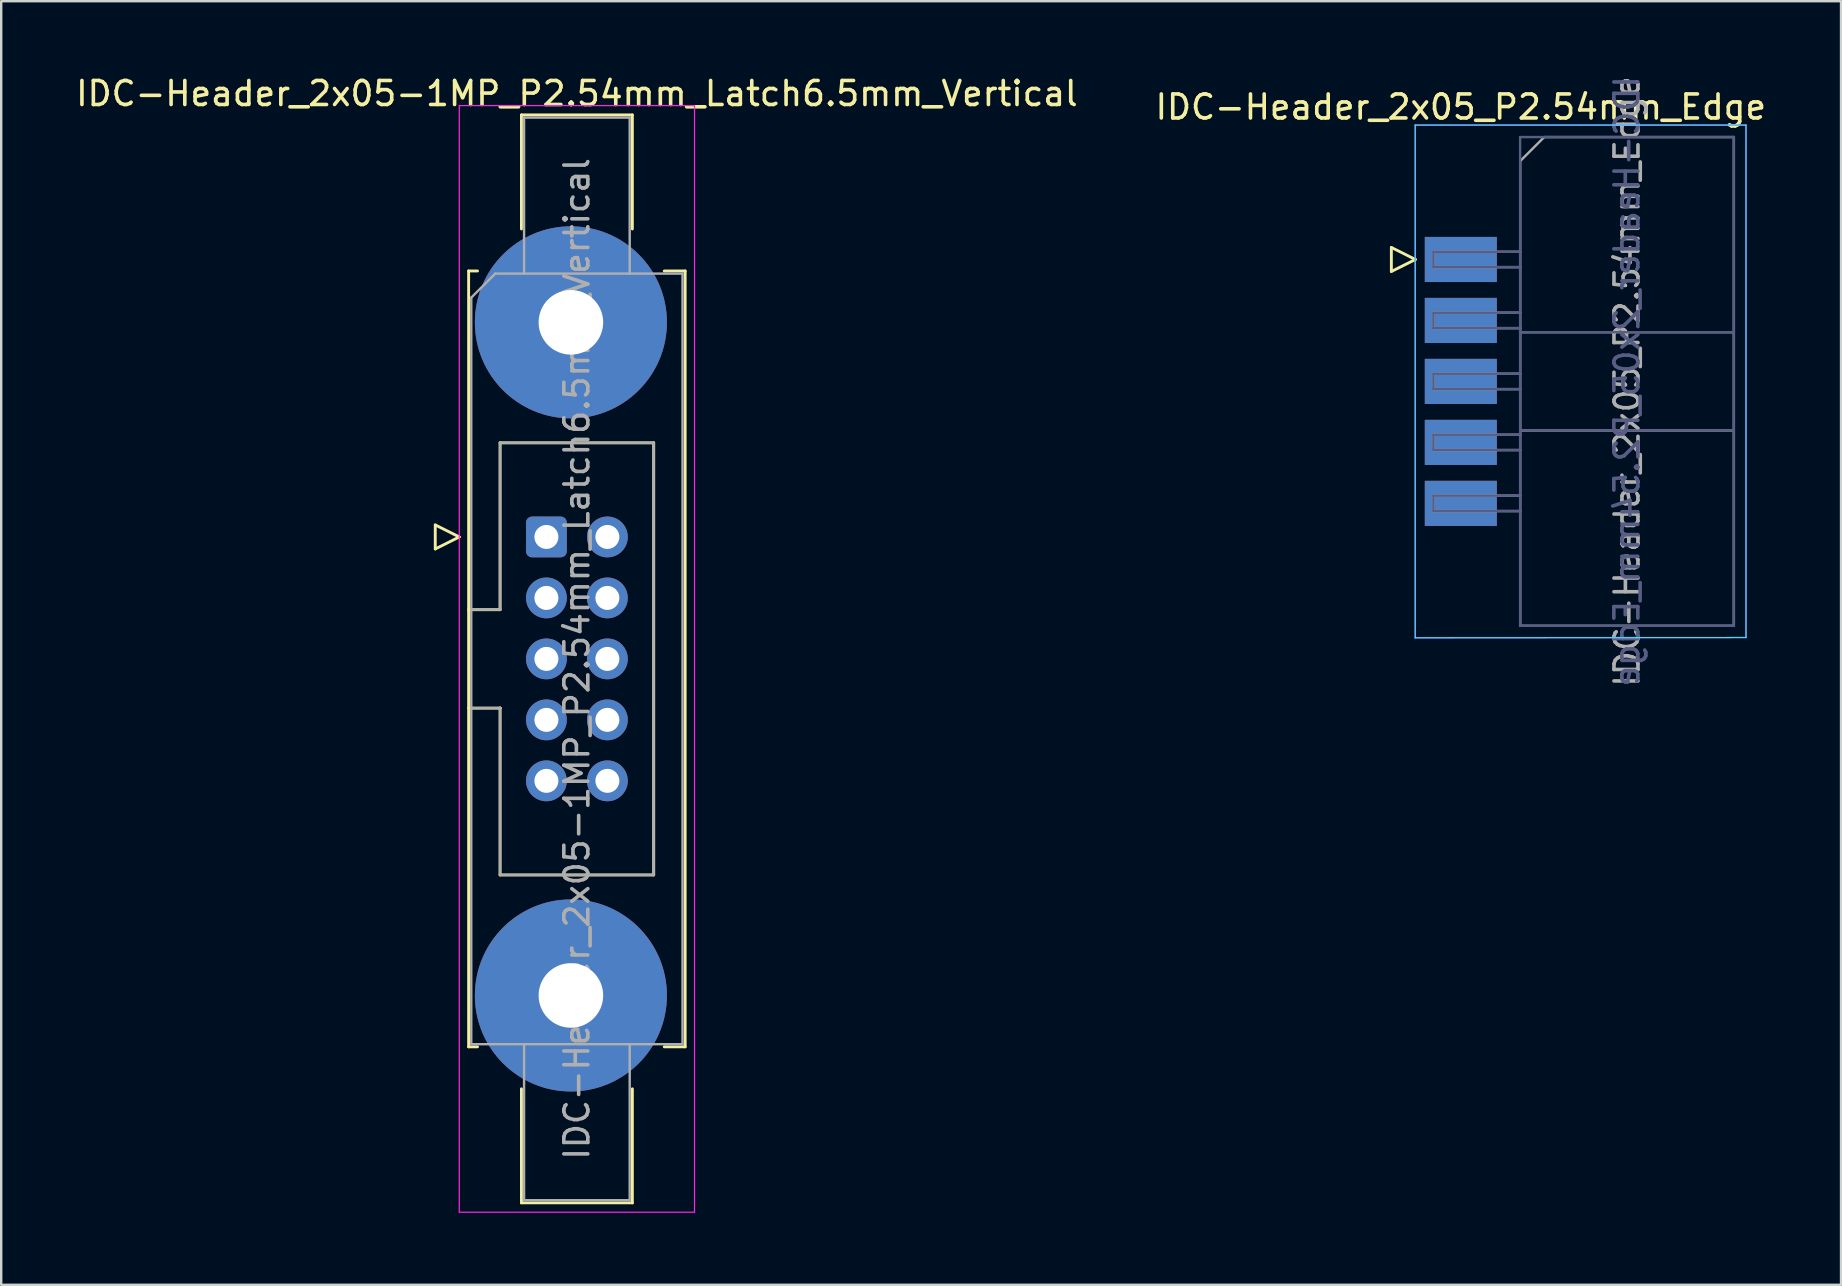
<source format=kicad_pcb>
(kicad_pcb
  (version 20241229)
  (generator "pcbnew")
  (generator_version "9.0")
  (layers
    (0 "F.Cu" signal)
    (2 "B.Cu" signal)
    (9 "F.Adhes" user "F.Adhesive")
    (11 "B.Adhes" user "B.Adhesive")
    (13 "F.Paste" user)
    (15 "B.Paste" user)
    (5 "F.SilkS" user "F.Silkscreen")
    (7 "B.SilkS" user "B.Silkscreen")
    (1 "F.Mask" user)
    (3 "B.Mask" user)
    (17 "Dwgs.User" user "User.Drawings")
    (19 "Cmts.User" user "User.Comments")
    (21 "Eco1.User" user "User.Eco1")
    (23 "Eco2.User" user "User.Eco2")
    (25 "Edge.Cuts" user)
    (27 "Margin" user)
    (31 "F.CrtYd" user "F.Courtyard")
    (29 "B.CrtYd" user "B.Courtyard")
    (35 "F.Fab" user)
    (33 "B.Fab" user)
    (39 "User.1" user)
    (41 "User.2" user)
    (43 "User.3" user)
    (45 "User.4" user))
  (footprint "IDC-Header_2x05-1MP_P2.54mm_Latch6.5mm_Vertical"
    (layer "F.Cu")
    (at 19.712 19.318)
    (property "Reference" "IDC-Header_2x05-1MP_P2.54mm_Latch6.5mm_Vertical" (at 1.27 -18.47 0) (layer "F.SilkS") (effects (font (size 1 1) (thickness 0.15))))
    (attr through_hole)
    (fp_line (start -4.63 -0.5) (end -4.63 0.5) (stroke (width 0.12) (type solid)) (layer "F.SilkS"))
    (fp_line (start -4.63 0.5) (end -3.63 0) (stroke (width 0.12) (type solid)) (layer "F.SilkS"))
    (fp_line (start -3.63 0) (end -4.63 -0.5) (stroke (width 0.12) (type solid)) (layer "F.SilkS"))
    (fp_line (start -3.24 -11.08) (end -3.24 21.24) (stroke (width 0.12) (type solid)) (layer "F.SilkS"))
    (fp_line (start -3.24 3.03) (end -1.93 3.03) (stroke (width 0.12) (type solid)) (layer "F.SilkS"))
    (fp_line (start -3.24 21.24) (end -2.87 21.24) (stroke (width 0.12) (type solid)) (layer "F.SilkS"))
    (fp_line (start -2.87 -11.08) (end -3.24 -11.08) (stroke (width 0.12) (type solid)) (layer "F.SilkS"))
    (fp_line (start -1.93 -3.92) (end 4.47 -3.92) (stroke (width 0.12) (type solid)) (layer "F.SilkS"))
    (fp_line (start -1.93 3.03) (end -1.93 -3.92) (stroke (width 0.12) (type solid)) (layer "F.SilkS"))
    (fp_line (start -1.93 7.13) (end -3.24 7.13) (stroke (width 0.12) (type solid)) (layer "F.SilkS"))
    (fp_line (start -1.93 7.13) (end -1.93 7.13) (stroke (width 0.12) (type solid)) (layer "F.SilkS"))
    (fp_line (start -1.93 14.08) (end -1.93 7.13) (stroke (width 0.12) (type solid)) (layer "F.SilkS"))
    (fp_line (start -1.04 -17.58) (end 3.58 -17.58) (stroke (width 0.12) (type solid)) (layer "F.SilkS"))
    (fp_line (start -1.04 -12.83) (end -1.04 -17.58) (stroke (width 0.12) (type solid)) (layer "F.SilkS"))
    (fp_line (start -1.04 22.99) (end -1.04 27.74) (stroke (width 0.12) (type solid)) (layer "F.SilkS"))
    (fp_line (start -1.04 27.74) (end 3.58 27.74) (stroke (width 0.12) (type solid)) (layer "F.SilkS"))
    (fp_line (start 3.58 -17.58) (end 3.58 -12.83) (stroke (width 0.12) (type solid)) (layer "F.SilkS"))
    (fp_line (start 3.58 27.74) (end 3.58 22.99) (stroke (width 0.12) (type solid)) (layer "F.SilkS"))
    (fp_line (start 4.47 -3.92) (end 4.47 14.08) (stroke (width 0.12) (type solid)) (layer "F.SilkS"))
    (fp_line (start 4.47 14.08) (end -1.93 14.08) (stroke (width 0.12) (type solid)) (layer "F.SilkS"))
    (fp_line (start 4.91 -11.08) (end 5.78 -11.08) (stroke (width 0.12) (type solid)) (layer "F.SilkS"))
    (fp_line (start 5.78 -11.08) (end 5.78 21.24) (stroke (width 0.12) (type solid)) (layer "F.SilkS"))
    (fp_line (start 5.78 21.24) (end 4.91 21.24) (stroke (width 0.12) (type solid)) (layer "F.SilkS"))
    (fp_line (start -3.63 -17.97) (end -3.63 28.13) (stroke (width 0.05) (type solid)) (layer "F.CrtYd"))
    (fp_line (start -3.63 28.13) (end 6.17 28.13) (stroke (width 0.05) (type solid)) (layer "F.CrtYd"))
    (fp_line (start 6.17 -17.97) (end -3.63 -17.97) (stroke (width 0.05) (type solid)) (layer "F.CrtYd"))
    (fp_line (start 6.17 28.13) (end 6.17 -17.97) (stroke (width 0.05) (type solid)) (layer "F.CrtYd"))
    (fp_line (start -3.13 -9.97) (end -2.13 -10.97) (stroke (width 0.1) (type solid)) (layer "F.Fab"))
    (fp_line (start -3.13 3.03) (end -1.93 3.03) (stroke (width 0.1) (type solid)) (layer "F.Fab"))
    (fp_line (start -3.13 21.13) (end -3.13 -9.97) (stroke (width 0.1) (type solid)) (layer "F.Fab"))
    (fp_line (start -2.13 -10.97) (end 5.67 -10.97) (stroke (width 0.1) (type solid)) (layer "F.Fab"))
    (fp_line (start -1.93 -3.92) (end 4.47 -3.92) (stroke (width 0.1) (type solid)) (layer "F.Fab"))
    (fp_line (start -1.93 3.03) (end -1.93 -3.92) (stroke (width 0.1) (type solid)) (layer "F.Fab"))
    (fp_line (start -1.93 7.13) (end -3.13 7.13) (stroke (width 0.1) (type solid)) (layer "F.Fab"))
    (fp_line (start -1.93 7.13) (end -1.93 7.13) (stroke (width 0.1) (type solid)) (layer "F.Fab"))
    (fp_line (start -1.93 14.08) (end -1.93 7.13) (stroke (width 0.1) (type solid)) (layer "F.Fab"))
    (fp_line (start -0.93 -17.47) (end 3.47 -17.47) (stroke (width 0.1) (type solid)) (layer "F.Fab"))
    (fp_line (start -0.93 -10.97) (end -0.93 -17.47) (stroke (width 0.1) (type solid)) (layer "F.Fab"))
    (fp_line (start -0.93 21.13) (end -0.93 27.63) (stroke (width 0.1) (type solid)) (layer "F.Fab"))
    (fp_line (start -0.93 27.63) (end 3.47 27.63) (stroke (width 0.1) (type solid)) (layer "F.Fab"))
    (fp_line (start 3.47 -17.47) (end 3.47 -10.97) (stroke (width 0.1) (type solid)) (layer "F.Fab"))
    (fp_line (start 3.47 27.63) (end 3.47 21.13) (stroke (width 0.1) (type solid)) (layer "F.Fab"))
    (fp_line (start 4.47 -3.92) (end 4.47 14.08) (stroke (width 0.1) (type solid)) (layer "F.Fab"))
    (fp_line (start 4.47 14.08) (end -1.93 14.08) (stroke (width 0.1) (type solid)) (layer "F.Fab"))
    (fp_line (start 5.67 -10.97) (end 5.67 21.13) (stroke (width 0.1) (type solid)) (layer "F.Fab"))
    (fp_line (start 5.67 21.13) (end -3.13 21.13) (stroke (width 0.1) (type solid)) (layer "F.Fab"))
    (fp_text user "${REFERENCE}" (at 1.27 5.08 90) (layer "F.Fab") (effects (font (size 1 1) (thickness 0.15))))
    (pad "1" thru_hole roundrect (at 0 0) (size 1.7 1.7) (drill 1) (layers "*.Cu" "*.Mask") (roundrect_rratio 0.147))
    (pad "2" thru_hole circle (at 2.54 0) (size 1.7 1.7) (drill 1) (layers "*.Cu" "*.Mask"))
    (pad "3" thru_hole circle (at 0 2.54) (size 1.7 1.7) (drill 1) (layers "*.Cu" "*.Mask"))
    (pad "4" thru_hole circle (at 2.54 2.54) (size 1.7 1.7) (drill 1) (layers "*.Cu" "*.Mask"))
    (pad "5" thru_hole circle (at 0 5.08) (size 1.7 1.7) (drill 1) (layers "*.Cu" "*.Mask"))
    (pad "6" thru_hole circle (at 2.54 5.08) (size 1.7 1.7) (drill 1) (layers "*.Cu" "*.Mask"))
    (pad "7" thru_hole circle (at 0 7.62) (size 1.7 1.7) (drill 1) (layers "*.Cu" "*.Mask"))
    (pad "8" thru_hole circle (at 2.54 7.62) (size 1.7 1.7) (drill 1) (layers "*.Cu" "*.Mask"))
    (pad "9" thru_hole circle (at 0 10.16) (size 1.7 1.7) (drill 1) (layers "*.Cu" "*.Mask"))
    (pad "10" thru_hole circle (at 2.54 10.16) (size 1.7 1.7) (drill 1) (layers "*.Cu" "*.Mask"))
    (pad "MP" thru_hole circle (at 1.02 -8.94) (size 8 8) (drill 2.69) (layers "*.Cu" "*.Mask"))
    (pad "MP" thru_hole circle (at 1.02 19.1) (size 8 8) (drill 2.69) (layers "*.Cu" "*.Mask")))
  (footprint "IDC-Header_2x05_P2.54mm_Edge"
    (layer "F.Cu")
    (at 64.734 12.829)
    (property "Reference" "IDC-Header_2x05_P2.54mm_Edge" (at -6.93 -11.42 0) (layer "F.SilkS") (effects (font (size 1 1) (thickness 0.15))))
    (attr smd)
    (fp_line (start -9.823 -5.57) (end -9.823 -4.57) (stroke (width 0.12) (type solid)) (layer "F.SilkS"))
    (fp_line (start -9.823 -4.57) (end -8.823 -5.07) (stroke (width 0.12) (type solid)) (layer "F.SilkS"))
    (fp_line (start -8.823 -5.07) (end -9.823 -5.57) (stroke (width 0.12) (type solid)) (layer "F.SilkS"))
    (fp_line (start -8.83 -10.67) (end -8.83 10.69) (stroke (width 0.05) (type solid)) (layer "B.CrtYd"))
    (fp_line (start -8.83 10.69) (end 4.95 10.68) (stroke (width 0.05) (type solid)) (layer "B.CrtYd"))
    (fp_line (start 4.95 -10.67) (end -8.83 -10.67) (stroke (width 0.05) (type solid)) (layer "B.CrtYd"))
    (fp_line (start 4.95 10.68) (end 4.95 -10.67) (stroke (width 0.05) (type solid)) (layer "B.CrtYd"))
    (fp_line (start -8.83 -10.67) (end -8.83 10.69) (stroke (width 0.05) (type solid)) (layer "F.CrtYd"))
    (fp_line (start -8.83 10.69) (end 4.95 10.68) (stroke (width 0.05) (type solid)) (layer "F.CrtYd"))
    (fp_line (start 4.95 -10.67) (end -8.83 -10.67) (stroke (width 0.05) (type solid)) (layer "F.CrtYd"))
    (fp_line (start 4.95 10.68) (end 4.95 -10.67) (stroke (width 0.05) (type solid)) (layer "F.CrtYd"))
    (fp_line (start -8.07 -5.38) (end -8.071 -4.752) (stroke (width 0.1) (type solid)) (layer "B.Fab"))
    (fp_line (start -8.07 -4.75) (end -4.46 -4.75) (stroke (width 0.1) (type solid)) (layer "B.Fab"))
    (fp_line (start -8.07 -2.84) (end -8.071 -2.212) (stroke (width 0.1) (type solid)) (layer "B.Fab"))
    (fp_line (start -8.07 -2.21) (end -4.46 -2.21) (stroke (width 0.1) (type solid)) (layer "B.Fab"))
    (fp_line (start -8.07 -0.3) (end -8.071 0.328) (stroke (width 0.1) (type solid)) (layer "B.Fab"))
    (fp_line (start -8.07 0.33) (end -4.46 0.33) (stroke (width 0.1) (type solid)) (layer "B.Fab"))
    (fp_line (start -8.07 2.24) (end -8.071 2.868) (stroke (width 0.1) (type solid)) (layer "B.Fab"))
    (fp_line (start -8.07 2.87) (end -4.46 2.87) (stroke (width 0.1) (type solid)) (layer "B.Fab"))
    (fp_line (start -8.07 4.78) (end -8.071 5.408) (stroke (width 0.1) (type solid)) (layer "B.Fab"))
    (fp_line (start -8.07 5.41) (end -4.46 5.41) (stroke (width 0.1) (type solid)) (layer "B.Fab"))
    (fp_line (start -4.46 -10.17) (end 4.44 -10.17) (stroke (width 0.1) (type solid)) (layer "B.Fab"))
    (fp_line (start -4.46 -5.39) (end -8.07 -5.39) (stroke (width 0.1) (type solid)) (layer "B.Fab"))
    (fp_line (start -4.46 -2.85) (end -8.07 -2.85) (stroke (width 0.1) (type solid)) (layer "B.Fab"))
    (fp_line (start -4.46 -2.04) (end 4.44 -2.04) (stroke (width 0.1) (type solid)) (layer "B.Fab"))
    (fp_line (start -4.46 -0.31) (end -8.07 -0.31) (stroke (width 0.1) (type solid)) (layer "B.Fab"))
    (fp_line (start -4.46 2.06) (end 4.44 2.06) (stroke (width 0.1) (type solid)) (layer "B.Fab"))
    (fp_line (start -4.46 2.23) (end -8.07 2.23) (stroke (width 0.1) (type solid)) (layer "B.Fab"))
    (fp_line (start -4.46 4.77) (end -8.07 4.77) (stroke (width 0.1) (type solid)) (layer "B.Fab"))
    (fp_line (start -4.46 10.19) (end -4.46 -10.17) (stroke (width 0.1) (type solid)) (layer "B.Fab"))
    (fp_line (start 4.44 -10.17) (end 4.44 10.19) (stroke (width 0.1) (type solid)) (layer "B.Fab"))
    (fp_line (start 4.44 10.19) (end -4.46 10.19) (stroke (width 0.1) (type solid)) (layer "B.Fab"))
    (fp_line (start -8.065 -5.38) (end -8.066 -4.752) (stroke (width 0.1) (type solid)) (layer "F.Fab"))
    (fp_line (start -8.065 -4.75) (end -4.455 -4.75) (stroke (width 0.1) (type solid)) (layer "F.Fab"))
    (fp_line (start -8.065 -2.84) (end -8.066 -2.212) (stroke (width 0.1) (type solid)) (layer "F.Fab"))
    (fp_line (start -8.065 -2.21) (end -4.455 -2.21) (stroke (width 0.1) (type solid)) (layer "F.Fab"))
    (fp_line (start -8.065 -0.3) (end -8.066 0.328) (stroke (width 0.1) (type solid)) (layer "F.Fab"))
    (fp_line (start -8.065 0.33) (end -4.455 0.33) (stroke (width 0.1) (type solid)) (layer "F.Fab"))
    (fp_line (start -8.065 2.24) (end -8.066 2.868) (stroke (width 0.1) (type solid)) (layer "F.Fab"))
    (fp_line (start -8.065 2.87) (end -4.455 2.87) (stroke (width 0.1) (type solid)) (layer "F.Fab"))
    (fp_line (start -8.065 4.78) (end -8.066 5.408) (stroke (width 0.1) (type solid)) (layer "F.Fab"))
    (fp_line (start -8.065 5.41) (end -4.455 5.41) (stroke (width 0.1) (type solid)) (layer "F.Fab"))
    (fp_line (start -4.455 -9.17) (end -3.455 -10.17) (stroke (width 0.1) (type solid)) (layer "F.Fab"))
    (fp_line (start -4.455 -5.39) (end -8.065 -5.39) (stroke (width 0.1) (type solid)) (layer "F.Fab"))
    (fp_line (start -4.455 -2.85) (end -8.065 -2.85) (stroke (width 0.1) (type solid)) (layer "F.Fab"))
    (fp_line (start -4.455 -2.04) (end 4.445 -2.04) (stroke (width 0.1) (type solid)) (layer "F.Fab"))
    (fp_line (start -4.455 -0.31) (end -8.065 -0.31) (stroke (width 0.1) (type solid)) (layer "F.Fab"))
    (fp_line (start -4.455 2.06) (end 4.445 2.06) (stroke (width 0.1) (type solid)) (layer "F.Fab"))
    (fp_line (start -4.455 2.23) (end -8.065 2.23) (stroke (width 0.1) (type solid)) (layer "F.Fab"))
    (fp_line (start -4.455 4.77) (end -8.065 4.77) (stroke (width 0.1) (type solid)) (layer "F.Fab"))
    (fp_line (start -4.455 10.19) (end -4.455 -9.17) (stroke (width 0.1) (type solid)) (layer "F.Fab"))
    (fp_line (start -3.455 -10.17) (end 4.445 -10.17) (stroke (width 0.1) (type solid)) (layer "F.Fab"))
    (fp_line (start 4.445 -10.17) (end 4.445 10.19) (stroke (width 0.1) (type solid)) (layer "F.Fab"))
    (fp_line (start 4.445 10.19) (end -4.455 10.19) (stroke (width 0.1) (type solid)) (layer "F.Fab"))
    (fp_text user "${REFERENCE}" (at -0.01 0.01 90) (layer "B.Fab") (effects (font (size 1 1) (thickness 0.15)) (justify mirror)))
    (fp_text user "${REFERENCE}" (at -0.005 0.01 90) (layer "F.Fab") (effects (font (size 1 1) (thickness 0.15))))
    (pad "1" smd rect (at -6.93 -5.07) (size 3 1.88) (layers "F.Cu" "F.Mask" "F.Paste"))
    (pad "2" smd rect (at -6.93 -5.07) (size 3 1.88) (layers "B.Cu" "B.Mask" "B.Paste"))
    (pad "3" smd rect (at -6.93 -2.53) (size 3 1.88) (layers "F.Cu" "F.Mask" "F.Paste"))
    (pad "4" smd rect (at -6.93 -2.53) (size 3 1.88) (layers "B.Cu" "B.Mask" "B.Paste"))
    (pad "5" smd rect (at -6.93 0.01) (size 3 1.88) (layers "F.Cu" "F.Mask" "F.Paste"))
    (pad "6" smd rect (at -6.93 0.01) (size 3 1.88) (layers "B.Cu" "B.Mask" "B.Paste"))
    (pad "7" smd rect (at -6.93 2.55) (size 3 1.88) (layers "F.Cu" "F.Mask" "F.Paste"))
    (pad "8" smd rect (at -6.93 2.55) (size 3 1.88) (layers "B.Cu" "B.Mask" "B.Paste"))
    (pad "9" smd rect (at -6.93 5.09) (size 3 1.88) (layers "F.Cu" "F.Mask" "F.Paste"))
    (pad "10" smd rect (at -6.93 5.09) (size 3 1.88) (layers "B.Cu" "B.Mask" "B.Paste")))
  (gr_rect
    (start -3 -3)
    (end 73.643 50.473)
    (stroke (width 0.1) (type default))
    (fill no)
    (layer "Edge.Cuts")))
</source>
